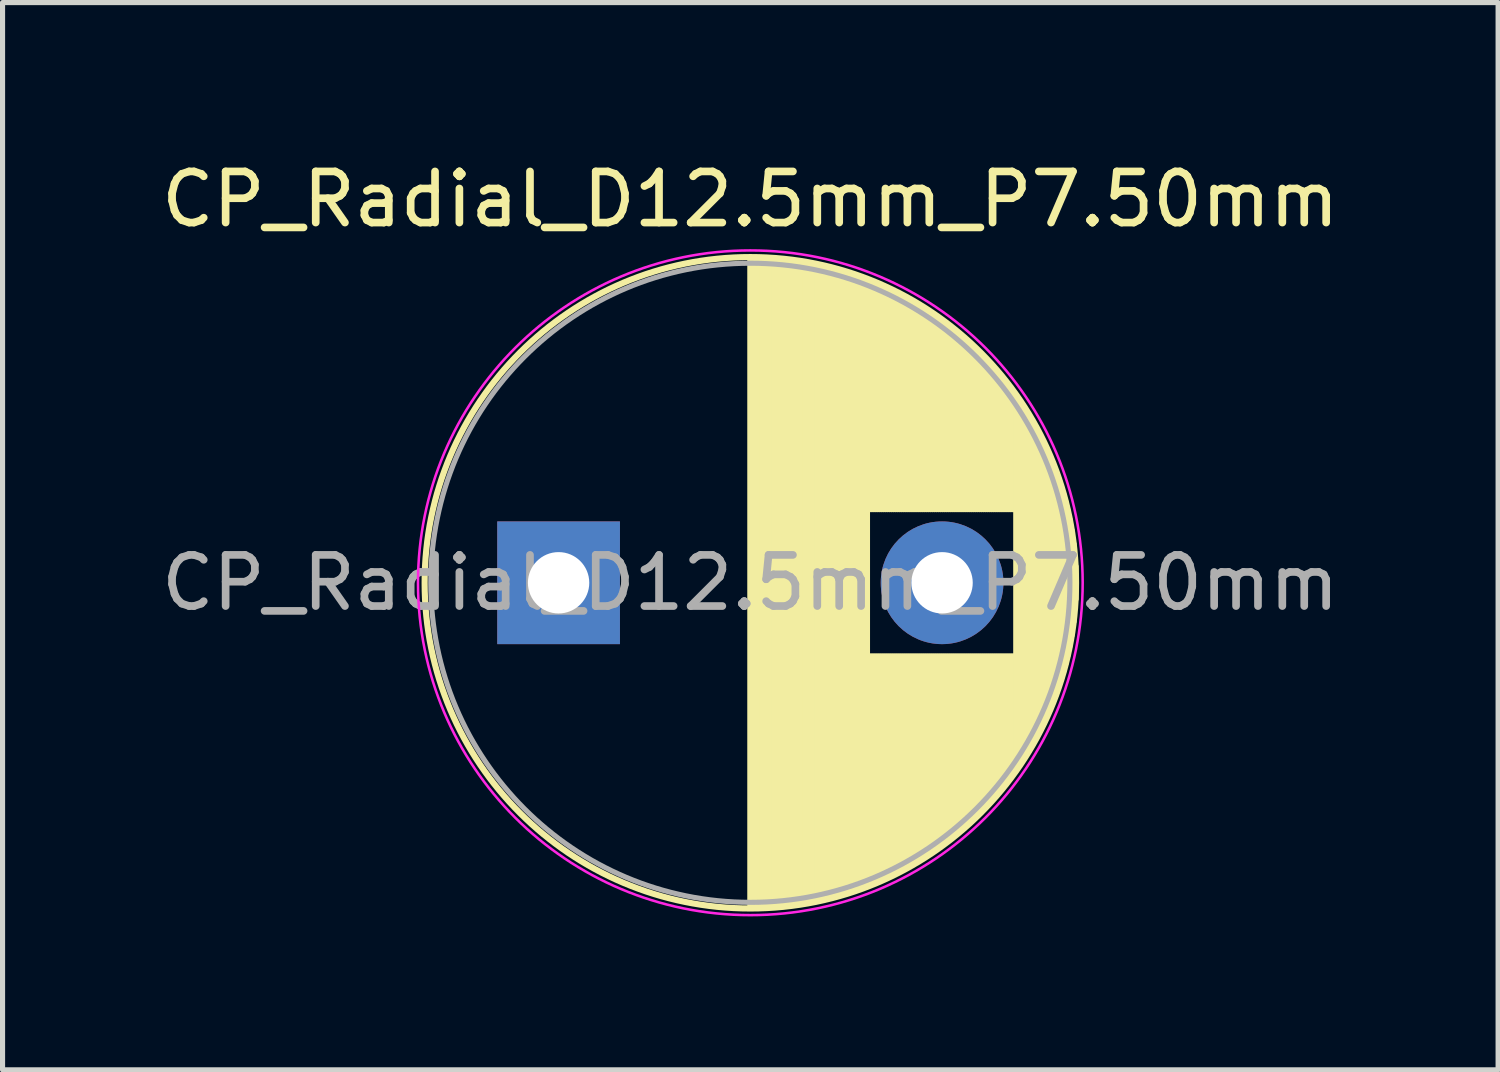
<source format=kicad_pcb>
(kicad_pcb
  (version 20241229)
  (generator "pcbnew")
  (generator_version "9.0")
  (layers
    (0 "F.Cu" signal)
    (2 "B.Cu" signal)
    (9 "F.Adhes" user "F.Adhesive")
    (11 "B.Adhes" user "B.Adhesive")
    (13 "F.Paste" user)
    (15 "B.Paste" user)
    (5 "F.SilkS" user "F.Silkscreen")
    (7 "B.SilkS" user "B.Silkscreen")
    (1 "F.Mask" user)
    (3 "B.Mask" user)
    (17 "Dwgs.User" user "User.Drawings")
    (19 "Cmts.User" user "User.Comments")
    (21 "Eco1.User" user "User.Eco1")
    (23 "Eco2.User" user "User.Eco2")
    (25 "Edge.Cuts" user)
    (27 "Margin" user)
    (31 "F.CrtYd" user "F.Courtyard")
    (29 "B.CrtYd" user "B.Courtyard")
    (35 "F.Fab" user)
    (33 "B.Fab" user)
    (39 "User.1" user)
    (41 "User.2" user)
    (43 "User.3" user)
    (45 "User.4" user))
  (footprint "CP_Radial_D12.5mm_P7.50mm"
    (layer "F.Cu")
    (at 7.875 8.348)
    (property "Reference" "CP_Radial_D12.5mm_P7.50mm" (at 3.75 -7.5 0) (layer "F.SilkS") (effects (font (size 1 1) (thickness 0.15))))
    (attr through_hole)
    (fp_line (start 3.75 -6.33) (end 3.75 6.33) (stroke (width 0.12) (type solid)) (layer "F.SilkS"))
    (fp_line (start 3.79 -6.33) (end 3.79 6.33) (stroke (width 0.12) (type solid)) (layer "F.SilkS"))
    (fp_line (start 3.83 -6.33) (end 3.83 6.33) (stroke (width 0.12) (type solid)) (layer "F.SilkS"))
    (fp_line (start 3.87 -6.329) (end 3.87 6.329) (stroke (width 0.12) (type solid)) (layer "F.SilkS"))
    (fp_line (start 3.91 -6.328) (end 3.91 6.328) (stroke (width 0.12) (type solid)) (layer "F.SilkS"))
    (fp_line (start 3.95 -6.327) (end 3.95 6.327) (stroke (width 0.12) (type solid)) (layer "F.SilkS"))
    (fp_line (start 3.99 -6.326) (end 3.99 6.326) (stroke (width 0.12) (type solid)) (layer "F.SilkS"))
    (fp_line (start 4.03 -6.324) (end 4.03 6.324) (stroke (width 0.12) (type solid)) (layer "F.SilkS"))
    (fp_line (start 4.07 -6.322) (end 4.07 6.322) (stroke (width 0.12) (type solid)) (layer "F.SilkS"))
    (fp_line (start 4.11 -6.32) (end 4.11 6.32) (stroke (width 0.12) (type solid)) (layer "F.SilkS"))
    (fp_line (start 4.15 -6.318) (end 4.15 6.318) (stroke (width 0.12) (type solid)) (layer "F.SilkS"))
    (fp_line (start 4.19 -6.315) (end 4.19 6.315) (stroke (width 0.12) (type solid)) (layer "F.SilkS"))
    (fp_line (start 4.23 -6.312) (end 4.23 6.312) (stroke (width 0.12) (type solid)) (layer "F.SilkS"))
    (fp_line (start 4.27 -6.309) (end 4.27 6.309) (stroke (width 0.12) (type solid)) (layer "F.SilkS"))
    (fp_line (start 4.31 -6.306) (end 4.31 6.306) (stroke (width 0.12) (type solid)) (layer "F.SilkS"))
    (fp_line (start 4.35 -6.302) (end 4.35 6.302) (stroke (width 0.12) (type solid)) (layer "F.SilkS"))
    (fp_line (start 4.39 -6.298) (end 4.39 6.298) (stroke (width 0.12) (type solid)) (layer "F.SilkS"))
    (fp_line (start 4.43 -6.294) (end 4.43 6.294) (stroke (width 0.12) (type solid)) (layer "F.SilkS"))
    (fp_line (start 4.471 -6.29) (end 4.471 6.29) (stroke (width 0.12) (type solid)) (layer "F.SilkS"))
    (fp_line (start 4.511 -6.285) (end 4.511 6.285) (stroke (width 0.12) (type solid)) (layer "F.SilkS"))
    (fp_line (start 4.551 -6.28) (end 4.551 6.28) (stroke (width 0.12) (type solid)) (layer "F.SilkS"))
    (fp_line (start 4.591 -6.275) (end 4.591 6.275) (stroke (width 0.12) (type solid)) (layer "F.SilkS"))
    (fp_line (start 4.631 -6.269) (end 4.631 6.269) (stroke (width 0.12) (type solid)) (layer "F.SilkS"))
    (fp_line (start 4.671 -6.264) (end 4.671 6.264) (stroke (width 0.12) (type solid)) (layer "F.SilkS"))
    (fp_line (start 4.711 -6.258) (end 4.711 6.258) (stroke (width 0.12) (type solid)) (layer "F.SilkS"))
    (fp_line (start 4.751 -6.252) (end 4.751 6.252) (stroke (width 0.12) (type solid)) (layer "F.SilkS"))
    (fp_line (start 4.791 -6.245) (end 4.791 6.245) (stroke (width 0.12) (type solid)) (layer "F.SilkS"))
    (fp_line (start 4.831 -6.238) (end 4.831 6.238) (stroke (width 0.12) (type solid)) (layer "F.SilkS"))
    (fp_line (start 4.871 -6.231) (end 4.871 6.231) (stroke (width 0.12) (type solid)) (layer "F.SilkS"))
    (fp_line (start 4.911 -6.224) (end 4.911 6.224) (stroke (width 0.12) (type solid)) (layer "F.SilkS"))
    (fp_line (start 4.951 -6.216) (end 4.951 6.216) (stroke (width 0.12) (type solid)) (layer "F.SilkS"))
    (fp_line (start 4.991 -6.209) (end 4.991 6.209) (stroke (width 0.12) (type solid)) (layer "F.SilkS"))
    (fp_line (start 5.031 -6.201) (end 5.031 6.201) (stroke (width 0.12) (type solid)) (layer "F.SilkS"))
    (fp_line (start 5.071 -6.192) (end 5.071 6.192) (stroke (width 0.12) (type solid)) (layer "F.SilkS"))
    (fp_line (start 5.111 -6.184) (end 5.111 6.184) (stroke (width 0.12) (type solid)) (layer "F.SilkS"))
    (fp_line (start 5.151 -6.175) (end 5.151 6.175) (stroke (width 0.12) (type solid)) (layer "F.SilkS"))
    (fp_line (start 5.191 -6.166) (end 5.191 6.166) (stroke (width 0.12) (type solid)) (layer "F.SilkS"))
    (fp_line (start 5.231 -6.156) (end 5.231 6.156) (stroke (width 0.12) (type solid)) (layer "F.SilkS"))
    (fp_line (start 5.271 -6.146) (end 5.271 6.146) (stroke (width 0.12) (type solid)) (layer "F.SilkS"))
    (fp_line (start 5.311 -6.137) (end 5.311 6.137) (stroke (width 0.12) (type solid)) (layer "F.SilkS"))
    (fp_line (start 5.351 -6.126) (end 5.351 6.126) (stroke (width 0.12) (type solid)) (layer "F.SilkS"))
    (fp_line (start 5.391 -6.116) (end 5.391 6.116) (stroke (width 0.12) (type solid)) (layer "F.SilkS"))
    (fp_line (start 5.431 -6.105) (end 5.431 6.105) (stroke (width 0.12) (type solid)) (layer "F.SilkS"))
    (fp_line (start 5.471 -6.094) (end 5.471 6.094) (stroke (width 0.12) (type solid)) (layer "F.SilkS"))
    (fp_line (start 5.511 -6.083) (end 5.511 6.083) (stroke (width 0.12) (type solid)) (layer "F.SilkS"))
    (fp_line (start 5.551 -6.071) (end 5.551 6.071) (stroke (width 0.12) (type solid)) (layer "F.SilkS"))
    (fp_line (start 5.591 -6.059) (end 5.591 6.059) (stroke (width 0.12) (type solid)) (layer "F.SilkS"))
    (fp_line (start 5.631 -6.047) (end 5.631 6.047) (stroke (width 0.12) (type solid)) (layer "F.SilkS"))
    (fp_line (start 5.671 -6.034) (end 5.671 6.034) (stroke (width 0.12) (type solid)) (layer "F.SilkS"))
    (fp_line (start 5.711 -6.021) (end 5.711 6.021) (stroke (width 0.12) (type solid)) (layer "F.SilkS"))
    (fp_line (start 5.751 -6.008) (end 5.751 6.008) (stroke (width 0.12) (type solid)) (layer "F.SilkS"))
    (fp_line (start 5.791 -5.995) (end 5.791 5.995) (stroke (width 0.12) (type solid)) (layer "F.SilkS"))
    (fp_line (start 5.831 -5.981) (end 5.831 5.981) (stroke (width 0.12) (type solid)) (layer "F.SilkS"))
    (fp_line (start 5.871 -5.967) (end 5.871 5.967) (stroke (width 0.12) (type solid)) (layer "F.SilkS"))
    (fp_line (start 5.911 -5.953) (end 5.911 5.953) (stroke (width 0.12) (type solid)) (layer "F.SilkS"))
    (fp_line (start 5.951 -5.939) (end 5.951 5.939) (stroke (width 0.12) (type solid)) (layer "F.SilkS"))
    (fp_line (start 5.991 -5.924) (end 5.991 5.924) (stroke (width 0.12) (type solid)) (layer "F.SilkS"))
    (fp_line (start 6.031 -5.908) (end 6.031 5.908) (stroke (width 0.12) (type solid)) (layer "F.SilkS"))
    (fp_line (start 6.071 -5.893) (end 6.071 -1.44) (stroke (width 0.12) (type solid)) (layer "F.SilkS"))
    (fp_line (start 6.071 1.44) (end 6.071 5.893) (stroke (width 0.12) (type solid)) (layer "F.SilkS"))
    (fp_line (start 6.111 -5.877) (end 6.111 -1.44) (stroke (width 0.12) (type solid)) (layer "F.SilkS"))
    (fp_line (start 6.111 1.44) (end 6.111 5.877) (stroke (width 0.12) (type solid)) (layer "F.SilkS"))
    (fp_line (start 6.151 -5.861) (end 6.151 -1.44) (stroke (width 0.12) (type solid)) (layer "F.SilkS"))
    (fp_line (start 6.151 1.44) (end 6.151 5.861) (stroke (width 0.12) (type solid)) (layer "F.SilkS"))
    (fp_line (start 6.191 -5.845) (end 6.191 -1.44) (stroke (width 0.12) (type solid)) (layer "F.SilkS"))
    (fp_line (start 6.191 1.44) (end 6.191 5.845) (stroke (width 0.12) (type solid)) (layer "F.SilkS"))
    (fp_line (start 6.231 -5.828) (end 6.231 -1.44) (stroke (width 0.12) (type solid)) (layer "F.SilkS"))
    (fp_line (start 6.231 1.44) (end 6.231 5.828) (stroke (width 0.12) (type solid)) (layer "F.SilkS"))
    (fp_line (start 6.271 -5.811) (end 6.271 -1.44) (stroke (width 0.12) (type solid)) (layer "F.SilkS"))
    (fp_line (start 6.271 1.44) (end 6.271 5.811) (stroke (width 0.12) (type solid)) (layer "F.SilkS"))
    (fp_line (start 6.311 -5.793) (end 6.311 -1.44) (stroke (width 0.12) (type solid)) (layer "F.SilkS"))
    (fp_line (start 6.311 1.44) (end 6.311 5.793) (stroke (width 0.12) (type solid)) (layer "F.SilkS"))
    (fp_line (start 6.351 -5.776) (end 6.351 -1.44) (stroke (width 0.12) (type solid)) (layer "F.SilkS"))
    (fp_line (start 6.351 1.44) (end 6.351 5.776) (stroke (width 0.12) (type solid)) (layer "F.SilkS"))
    (fp_line (start 6.391 -5.758) (end 6.391 -1.44) (stroke (width 0.12) (type solid)) (layer "F.SilkS"))
    (fp_line (start 6.391 1.44) (end 6.391 5.758) (stroke (width 0.12) (type solid)) (layer "F.SilkS"))
    (fp_line (start 6.431 -5.739) (end 6.431 -1.44) (stroke (width 0.12) (type solid)) (layer "F.SilkS"))
    (fp_line (start 6.431 1.44) (end 6.431 5.739) (stroke (width 0.12) (type solid)) (layer "F.SilkS"))
    (fp_line (start 6.471 -5.721) (end 6.471 -1.44) (stroke (width 0.12) (type solid)) (layer "F.SilkS"))
    (fp_line (start 6.471 1.44) (end 6.471 5.721) (stroke (width 0.12) (type solid)) (layer "F.SilkS"))
    (fp_line (start 6.511 -5.702) (end 6.511 -1.44) (stroke (width 0.12) (type solid)) (layer "F.SilkS"))
    (fp_line (start 6.511 1.44) (end 6.511 5.702) (stroke (width 0.12) (type solid)) (layer "F.SilkS"))
    (fp_line (start 6.551 -5.682) (end 6.551 -1.44) (stroke (width 0.12) (type solid)) (layer "F.SilkS"))
    (fp_line (start 6.551 1.44) (end 6.551 5.682) (stroke (width 0.12) (type solid)) (layer "F.SilkS"))
    (fp_line (start 6.591 -5.662) (end 6.591 -1.44) (stroke (width 0.12) (type solid)) (layer "F.SilkS"))
    (fp_line (start 6.591 1.44) (end 6.591 5.662) (stroke (width 0.12) (type solid)) (layer "F.SilkS"))
    (fp_line (start 6.631 -5.642) (end 6.631 -1.44) (stroke (width 0.12) (type solid)) (layer "F.SilkS"))
    (fp_line (start 6.631 1.44) (end 6.631 5.642) (stroke (width 0.12) (type solid)) (layer "F.SilkS"))
    (fp_line (start 6.671 -5.622) (end 6.671 -1.44) (stroke (width 0.12) (type solid)) (layer "F.SilkS"))
    (fp_line (start 6.671 1.44) (end 6.671 5.622) (stroke (width 0.12) (type solid)) (layer "F.SilkS"))
    (fp_line (start 6.711 -5.601) (end 6.711 -1.44) (stroke (width 0.12) (type solid)) (layer "F.SilkS"))
    (fp_line (start 6.711 1.44) (end 6.711 5.601) (stroke (width 0.12) (type solid)) (layer "F.SilkS"))
    (fp_line (start 6.751 -5.58) (end 6.751 -1.44) (stroke (width 0.12) (type solid)) (layer "F.SilkS"))
    (fp_line (start 6.751 1.44) (end 6.751 5.58) (stroke (width 0.12) (type solid)) (layer "F.SilkS"))
    (fp_line (start 6.791 -5.558) (end 6.791 -1.44) (stroke (width 0.12) (type solid)) (layer "F.SilkS"))
    (fp_line (start 6.791 1.44) (end 6.791 5.558) (stroke (width 0.12) (type solid)) (layer "F.SilkS"))
    (fp_line (start 6.831 -5.536) (end 6.831 -1.44) (stroke (width 0.12) (type solid)) (layer "F.SilkS"))
    (fp_line (start 6.831 1.44) (end 6.831 5.536) (stroke (width 0.12) (type solid)) (layer "F.SilkS"))
    (fp_line (start 6.871 -5.514) (end 6.871 -1.44) (stroke (width 0.12) (type solid)) (layer "F.SilkS"))
    (fp_line (start 6.871 1.44) (end 6.871 5.514) (stroke (width 0.12) (type solid)) (layer "F.SilkS"))
    (fp_line (start 6.911 -5.491) (end 6.911 -1.44) (stroke (width 0.12) (type solid)) (layer "F.SilkS"))
    (fp_line (start 6.911 1.44) (end 6.911 5.491) (stroke (width 0.12) (type solid)) (layer "F.SilkS"))
    (fp_line (start 6.951 -5.468) (end 6.951 -1.44) (stroke (width 0.12) (type solid)) (layer "F.SilkS"))
    (fp_line (start 6.951 1.44) (end 6.951 5.468) (stroke (width 0.12) (type solid)) (layer "F.SilkS"))
    (fp_line (start 6.991 -5.445) (end 6.991 -1.44) (stroke (width 0.12) (type solid)) (layer "F.SilkS"))
    (fp_line (start 6.991 1.44) (end 6.991 5.445) (stroke (width 0.12) (type solid)) (layer "F.SilkS"))
    (fp_line (start 7.031 -5.421) (end 7.031 -1.44) (stroke (width 0.12) (type solid)) (layer "F.SilkS"))
    (fp_line (start 7.031 1.44) (end 7.031 5.421) (stroke (width 0.12) (type solid)) (layer "F.SilkS"))
    (fp_line (start 7.071 -5.397) (end 7.071 -1.44) (stroke (width 0.12) (type solid)) (layer "F.SilkS"))
    (fp_line (start 7.071 1.44) (end 7.071 5.397) (stroke (width 0.12) (type solid)) (layer "F.SilkS"))
    (fp_line (start 7.111 -5.372) (end 7.111 -1.44) (stroke (width 0.12) (type solid)) (layer "F.SilkS"))
    (fp_line (start 7.111 1.44) (end 7.111 5.372) (stroke (width 0.12) (type solid)) (layer "F.SilkS"))
    (fp_line (start 7.151 -5.347) (end 7.151 -1.44) (stroke (width 0.12) (type solid)) (layer "F.SilkS"))
    (fp_line (start 7.151 1.44) (end 7.151 5.347) (stroke (width 0.12) (type solid)) (layer "F.SilkS"))
    (fp_line (start 7.191 -5.322) (end 7.191 -1.44) (stroke (width 0.12) (type solid)) (layer "F.SilkS"))
    (fp_line (start 7.191 1.44) (end 7.191 5.322) (stroke (width 0.12) (type solid)) (layer "F.SilkS"))
    (fp_line (start 7.231 -5.296) (end 7.231 -1.44) (stroke (width 0.12) (type solid)) (layer "F.SilkS"))
    (fp_line (start 7.231 1.44) (end 7.231 5.296) (stroke (width 0.12) (type solid)) (layer "F.SilkS"))
    (fp_line (start 7.271 -5.27) (end 7.271 -1.44) (stroke (width 0.12) (type solid)) (layer "F.SilkS"))
    (fp_line (start 7.271 1.44) (end 7.271 5.27) (stroke (width 0.12) (type solid)) (layer "F.SilkS"))
    (fp_line (start 7.311 -5.243) (end 7.311 -1.44) (stroke (width 0.12) (type solid)) (layer "F.SilkS"))
    (fp_line (start 7.311 1.44) (end 7.311 5.243) (stroke (width 0.12) (type solid)) (layer "F.SilkS"))
    (fp_line (start 7.351 -5.216) (end 7.351 -1.44) (stroke (width 0.12) (type solid)) (layer "F.SilkS"))
    (fp_line (start 7.351 1.44) (end 7.351 5.216) (stroke (width 0.12) (type solid)) (layer "F.SilkS"))
    (fp_line (start 7.391 -5.188) (end 7.391 -1.44) (stroke (width 0.12) (type solid)) (layer "F.SilkS"))
    (fp_line (start 7.391 1.44) (end 7.391 5.188) (stroke (width 0.12) (type solid)) (layer "F.SilkS"))
    (fp_line (start 7.431 -5.16) (end 7.431 -1.44) (stroke (width 0.12) (type solid)) (layer "F.SilkS"))
    (fp_line (start 7.431 1.44) (end 7.431 5.16) (stroke (width 0.12) (type solid)) (layer "F.SilkS"))
    (fp_line (start 7.471 -5.131) (end 7.471 -1.44) (stroke (width 0.12) (type solid)) (layer "F.SilkS"))
    (fp_line (start 7.471 1.44) (end 7.471 5.131) (stroke (width 0.12) (type solid)) (layer "F.SilkS"))
    (fp_line (start 7.511 -5.102) (end 7.511 -1.44) (stroke (width 0.12) (type solid)) (layer "F.SilkS"))
    (fp_line (start 7.511 1.44) (end 7.511 5.102) (stroke (width 0.12) (type solid)) (layer "F.SilkS"))
    (fp_line (start 7.551 -5.073) (end 7.551 -1.44) (stroke (width 0.12) (type solid)) (layer "F.SilkS"))
    (fp_line (start 7.551 1.44) (end 7.551 5.073) (stroke (width 0.12) (type solid)) (layer "F.SilkS"))
    (fp_line (start 7.591 -5.043) (end 7.591 -1.44) (stroke (width 0.12) (type solid)) (layer "F.SilkS"))
    (fp_line (start 7.591 1.44) (end 7.591 5.043) (stroke (width 0.12) (type solid)) (layer "F.SilkS"))
    (fp_line (start 7.631 -5.012) (end 7.631 -1.44) (stroke (width 0.12) (type solid)) (layer "F.SilkS"))
    (fp_line (start 7.631 1.44) (end 7.631 5.012) (stroke (width 0.12) (type solid)) (layer "F.SilkS"))
    (fp_line (start 7.671 -4.982) (end 7.671 -1.44) (stroke (width 0.12) (type solid)) (layer "F.SilkS"))
    (fp_line (start 7.671 1.44) (end 7.671 4.982) (stroke (width 0.12) (type solid)) (layer "F.SilkS"))
    (fp_line (start 7.711 -4.95) (end 7.711 -1.44) (stroke (width 0.12) (type solid)) (layer "F.SilkS"))
    (fp_line (start 7.711 1.44) (end 7.711 4.95) (stroke (width 0.12) (type solid)) (layer "F.SilkS"))
    (fp_line (start 7.751 -4.918) (end 7.751 -1.44) (stroke (width 0.12) (type solid)) (layer "F.SilkS"))
    (fp_line (start 7.751 1.44) (end 7.751 4.918) (stroke (width 0.12) (type solid)) (layer "F.SilkS"))
    (fp_line (start 7.791 -4.885) (end 7.791 -1.44) (stroke (width 0.12) (type solid)) (layer "F.SilkS"))
    (fp_line (start 7.791 1.44) (end 7.791 4.885) (stroke (width 0.12) (type solid)) (layer "F.SilkS"))
    (fp_line (start 7.831 -4.852) (end 7.831 -1.44) (stroke (width 0.12) (type solid)) (layer "F.SilkS"))
    (fp_line (start 7.831 1.44) (end 7.831 4.852) (stroke (width 0.12) (type solid)) (layer "F.SilkS"))
    (fp_line (start 7.871 -4.819) (end 7.871 -1.44) (stroke (width 0.12) (type solid)) (layer "F.SilkS"))
    (fp_line (start 7.871 1.44) (end 7.871 4.819) (stroke (width 0.12) (type solid)) (layer "F.SilkS"))
    (fp_line (start 7.911 -4.785) (end 7.911 -1.44) (stroke (width 0.12) (type solid)) (layer "F.SilkS"))
    (fp_line (start 7.911 1.44) (end 7.911 4.785) (stroke (width 0.12) (type solid)) (layer "F.SilkS"))
    (fp_line (start 7.951 -4.75) (end 7.951 -1.44) (stroke (width 0.12) (type solid)) (layer "F.SilkS"))
    (fp_line (start 7.951 1.44) (end 7.951 4.75) (stroke (width 0.12) (type solid)) (layer "F.SilkS"))
    (fp_line (start 7.991 -4.714) (end 7.991 -1.44) (stroke (width 0.12) (type solid)) (layer "F.SilkS"))
    (fp_line (start 7.991 1.44) (end 7.991 4.714) (stroke (width 0.12) (type solid)) (layer "F.SilkS"))
    (fp_line (start 8.031 -4.678) (end 8.031 -1.44) (stroke (width 0.12) (type solid)) (layer "F.SilkS"))
    (fp_line (start 8.031 1.44) (end 8.031 4.678) (stroke (width 0.12) (type solid)) (layer "F.SilkS"))
    (fp_line (start 8.071 -4.642) (end 8.071 -1.44) (stroke (width 0.12) (type solid)) (layer "F.SilkS"))
    (fp_line (start 8.071 1.44) (end 8.071 4.642) (stroke (width 0.12) (type solid)) (layer "F.SilkS"))
    (fp_line (start 8.111 -4.605) (end 8.111 -1.44) (stroke (width 0.12) (type solid)) (layer "F.SilkS"))
    (fp_line (start 8.111 1.44) (end 8.111 4.605) (stroke (width 0.12) (type solid)) (layer "F.SilkS"))
    (fp_line (start 8.151 -4.567) (end 8.151 -1.44) (stroke (width 0.12) (type solid)) (layer "F.SilkS"))
    (fp_line (start 8.151 1.44) (end 8.151 4.567) (stroke (width 0.12) (type solid)) (layer "F.SilkS"))
    (fp_line (start 8.191 -4.528) (end 8.191 -1.44) (stroke (width 0.12) (type solid)) (layer "F.SilkS"))
    (fp_line (start 8.191 1.44) (end 8.191 4.528) (stroke (width 0.12) (type solid)) (layer "F.SilkS"))
    (fp_line (start 8.231 -4.489) (end 8.231 -1.44) (stroke (width 0.12) (type solid)) (layer "F.SilkS"))
    (fp_line (start 8.231 1.44) (end 8.231 4.489) (stroke (width 0.12) (type solid)) (layer "F.SilkS"))
    (fp_line (start 8.271 -4.449) (end 8.271 -1.44) (stroke (width 0.12) (type solid)) (layer "F.SilkS"))
    (fp_line (start 8.271 1.44) (end 8.271 4.449) (stroke (width 0.12) (type solid)) (layer "F.SilkS"))
    (fp_line (start 8.311 -4.408) (end 8.311 -1.44) (stroke (width 0.12) (type solid)) (layer "F.SilkS"))
    (fp_line (start 8.311 1.44) (end 8.311 4.408) (stroke (width 0.12) (type solid)) (layer "F.SilkS"))
    (fp_line (start 8.351 -4.367) (end 8.351 -1.44) (stroke (width 0.12) (type solid)) (layer "F.SilkS"))
    (fp_line (start 8.351 1.44) (end 8.351 4.367) (stroke (width 0.12) (type solid)) (layer "F.SilkS"))
    (fp_line (start 8.391 -4.325) (end 8.391 -1.44) (stroke (width 0.12) (type solid)) (layer "F.SilkS"))
    (fp_line (start 8.391 1.44) (end 8.391 4.325) (stroke (width 0.12) (type solid)) (layer "F.SilkS"))
    (fp_line (start 8.431 -4.282) (end 8.431 -1.44) (stroke (width 0.12) (type solid)) (layer "F.SilkS"))
    (fp_line (start 8.431 1.44) (end 8.431 4.282) (stroke (width 0.12) (type solid)) (layer "F.SilkS"))
    (fp_line (start 8.471 -4.238) (end 8.471 -1.44) (stroke (width 0.12) (type solid)) (layer "F.SilkS"))
    (fp_line (start 8.471 1.44) (end 8.471 4.238) (stroke (width 0.12) (type solid)) (layer "F.SilkS"))
    (fp_line (start 8.511 -4.194) (end 8.511 -1.44) (stroke (width 0.12) (type solid)) (layer "F.SilkS"))
    (fp_line (start 8.511 1.44) (end 8.511 4.194) (stroke (width 0.12) (type solid)) (layer "F.SilkS"))
    (fp_line (start 8.551 -4.148) (end 8.551 -1.44) (stroke (width 0.12) (type solid)) (layer "F.SilkS"))
    (fp_line (start 8.551 1.44) (end 8.551 4.148) (stroke (width 0.12) (type solid)) (layer "F.SilkS"))
    (fp_line (start 8.591 -4.102) (end 8.591 -1.44) (stroke (width 0.12) (type solid)) (layer "F.SilkS"))
    (fp_line (start 8.591 1.44) (end 8.591 4.102) (stroke (width 0.12) (type solid)) (layer "F.SilkS"))
    (fp_line (start 8.631 -4.055) (end 8.631 -1.44) (stroke (width 0.12) (type solid)) (layer "F.SilkS"))
    (fp_line (start 8.631 1.44) (end 8.631 4.055) (stroke (width 0.12) (type solid)) (layer "F.SilkS"))
    (fp_line (start 8.671 -4.007) (end 8.671 -1.44) (stroke (width 0.12) (type solid)) (layer "F.SilkS"))
    (fp_line (start 8.671 1.44) (end 8.671 4.007) (stroke (width 0.12) (type solid)) (layer "F.SilkS"))
    (fp_line (start 8.711 -3.957) (end 8.711 -1.44) (stroke (width 0.12) (type solid)) (layer "F.SilkS"))
    (fp_line (start 8.711 1.44) (end 8.711 3.957) (stroke (width 0.12) (type solid)) (layer "F.SilkS"))
    (fp_line (start 8.751 -3.907) (end 8.751 -1.44) (stroke (width 0.12) (type solid)) (layer "F.SilkS"))
    (fp_line (start 8.751 1.44) (end 8.751 3.907) (stroke (width 0.12) (type solid)) (layer "F.SilkS"))
    (fp_line (start 8.791 -3.856) (end 8.791 -1.44) (stroke (width 0.12) (type solid)) (layer "F.SilkS"))
    (fp_line (start 8.791 1.44) (end 8.791 3.856) (stroke (width 0.12) (type solid)) (layer "F.SilkS"))
    (fp_line (start 8.831 -3.804) (end 8.831 -1.44) (stroke (width 0.12) (type solid)) (layer "F.SilkS"))
    (fp_line (start 8.831 1.44) (end 8.831 3.804) (stroke (width 0.12) (type solid)) (layer "F.SilkS"))
    (fp_line (start 8.871 -3.75) (end 8.871 -1.44) (stroke (width 0.12) (type solid)) (layer "F.SilkS"))
    (fp_line (start 8.871 1.44) (end 8.871 3.75) (stroke (width 0.12) (type solid)) (layer "F.SilkS"))
    (fp_line (start 8.911 -3.696) (end 8.911 -1.44) (stroke (width 0.12) (type solid)) (layer "F.SilkS"))
    (fp_line (start 8.911 1.44) (end 8.911 3.696) (stroke (width 0.12) (type solid)) (layer "F.SilkS"))
    (fp_line (start 8.951 -3.64) (end 8.951 3.64) (stroke (width 0.12) (type solid)) (layer "F.SilkS"))
    (fp_line (start 8.991 -3.583) (end 8.991 3.583) (stroke (width 0.12) (type solid)) (layer "F.SilkS"))
    (fp_line (start 9.031 -3.524) (end 9.031 3.524) (stroke (width 0.12) (type solid)) (layer "F.SilkS"))
    (fp_line (start 9.071 -3.464) (end 9.071 3.464) (stroke (width 0.12) (type solid)) (layer "F.SilkS"))
    (fp_line (start 9.111 -3.402) (end 9.111 3.402) (stroke (width 0.12) (type solid)) (layer "F.SilkS"))
    (fp_line (start 9.151 -3.339) (end 9.151 3.339) (stroke (width 0.12) (type solid)) (layer "F.SilkS"))
    (fp_line (start 9.191 -3.275) (end 9.191 3.275) (stroke (width 0.12) (type solid)) (layer "F.SilkS"))
    (fp_line (start 9.231 -3.208) (end 9.231 3.208) (stroke (width 0.12) (type solid)) (layer "F.SilkS"))
    (fp_line (start 9.271 -3.14) (end 9.271 3.14) (stroke (width 0.12) (type solid)) (layer "F.SilkS"))
    (fp_line (start 9.311 -3.069) (end 9.311 3.069) (stroke (width 0.12) (type solid)) (layer "F.SilkS"))
    (fp_line (start 9.351 -2.996) (end 9.351 2.996) (stroke (width 0.12) (type solid)) (layer "F.SilkS"))
    (fp_line (start 9.391 -2.921) (end 9.391 2.921) (stroke (width 0.12) (type solid)) (layer "F.SilkS"))
    (fp_line (start 9.431 -2.844) (end 9.431 2.844) (stroke (width 0.12) (type solid)) (layer "F.SilkS"))
    (fp_line (start 9.471 -2.764) (end 9.471 2.764) (stroke (width 0.12) (type solid)) (layer "F.SilkS"))
    (fp_line (start 9.511 -2.681) (end 9.511 2.681) (stroke (width 0.12) (type solid)) (layer "F.SilkS"))
    (fp_line (start 9.551 -2.594) (end 9.551 2.594) (stroke (width 0.12) (type solid)) (layer "F.SilkS"))
    (fp_line (start 9.591 -2.504) (end 9.591 2.504) (stroke (width 0.12) (type solid)) (layer "F.SilkS"))
    (fp_line (start 9.631 -2.41) (end 9.631 2.41) (stroke (width 0.12) (type solid)) (layer "F.SilkS"))
    (fp_line (start 9.671 -2.312) (end 9.671 2.312) (stroke (width 0.12) (type solid)) (layer "F.SilkS"))
    (fp_line (start 9.711 -2.209) (end 9.711 2.209) (stroke (width 0.12) (type solid)) (layer "F.SilkS"))
    (fp_line (start 9.751 -2.1) (end 9.751 2.1) (stroke (width 0.12) (type solid)) (layer "F.SilkS"))
    (fp_line (start 9.791 -1.984) (end 9.791 1.984) (stroke (width 0.12) (type solid)) (layer "F.SilkS"))
    (fp_line (start 9.831 -1.861) (end 9.831 1.861) (stroke (width 0.12) (type solid)) (layer "F.SilkS"))
    (fp_line (start 9.871 -1.728) (end 9.871 1.728) (stroke (width 0.12) (type solid)) (layer "F.SilkS"))
    (fp_line (start 9.911 -1.583) (end 9.911 1.583) (stroke (width 0.12) (type solid)) (layer "F.SilkS"))
    (fp_line (start 9.951 -1.422) (end 9.951 1.422) (stroke (width 0.12) (type solid)) (layer "F.SilkS"))
    (fp_line (start 9.991 -1.241) (end 9.991 1.241) (stroke (width 0.12) (type solid)) (layer "F.SilkS"))
    (fp_line (start 10.031 -1.028) (end 10.031 1.028) (stroke (width 0.12) (type solid)) (layer "F.SilkS"))
    (fp_line (start 10.071 -0.757) (end 10.071 0.757) (stroke (width 0.12) (type solid)) (layer "F.SilkS"))
    (fp_line (start 10.111 -0.317) (end 10.111 0.317) (stroke (width 0.12) (type solid)) (layer "F.SilkS"))
    (fp_circle (center 3.75 0) (end 10.12 0) (stroke (width 0.12) (type solid)) (fill no) (layer "F.SilkS"))
    (fp_circle (center 3.75 0) (end 10.25 0) (stroke (width 0.05) (type solid)) (fill no) (layer "F.CrtYd"))
    (fp_circle (center 3.75 0) (end 10 0) (stroke (width 0.1) (type solid)) (fill no) (layer "F.Fab"))
    (fp_text user "${REFERENCE}" (at 3.75 0 0) (layer "F.Fab") (effects (font (size 1 1) (thickness 0.15))))
    (pad "1" thru_hole rect (at 0 0) (size 2.4 2.4) (drill 1.2) (layers "*.Cu" "*.Mask"))
    (pad "2" thru_hole circle (at 7.5 0) (size 2.4 2.4) (drill 1.2) (layers "*.Cu" "*.Mask")))
  (gr_rect
    (start -3 -3)
    (end 26.25 17.873)
    (stroke (width 0.1) (type default))
    (fill no)
    (layer "Edge.Cuts")))
</source>
